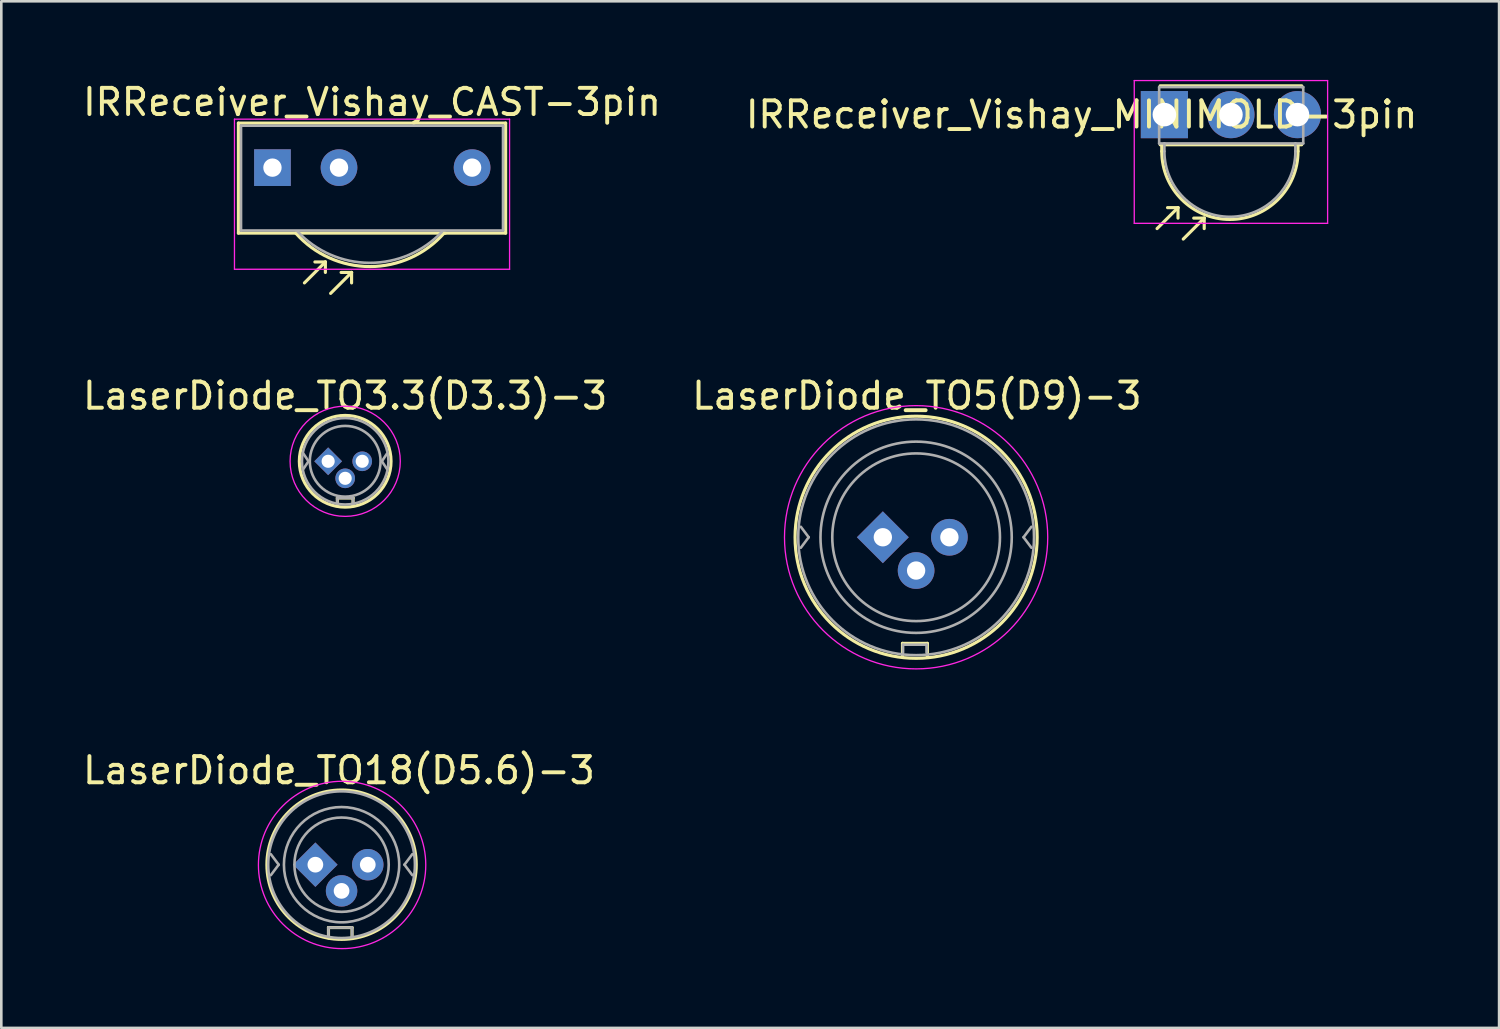
<source format=kicad_pcb>
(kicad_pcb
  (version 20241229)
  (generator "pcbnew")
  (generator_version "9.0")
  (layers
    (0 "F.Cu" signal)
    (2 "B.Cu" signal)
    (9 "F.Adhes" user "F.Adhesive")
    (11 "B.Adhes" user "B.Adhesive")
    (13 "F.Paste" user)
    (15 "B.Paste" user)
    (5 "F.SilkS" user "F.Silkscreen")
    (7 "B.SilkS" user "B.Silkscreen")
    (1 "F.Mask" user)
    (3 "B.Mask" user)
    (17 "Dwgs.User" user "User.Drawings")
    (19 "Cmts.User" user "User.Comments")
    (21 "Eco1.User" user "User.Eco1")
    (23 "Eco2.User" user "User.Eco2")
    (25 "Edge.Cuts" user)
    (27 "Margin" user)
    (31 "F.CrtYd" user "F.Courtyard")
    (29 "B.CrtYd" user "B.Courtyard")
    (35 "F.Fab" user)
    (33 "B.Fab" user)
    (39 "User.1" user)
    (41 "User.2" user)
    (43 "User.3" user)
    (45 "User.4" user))
  (footprint "IRReceiver_Vishay_MINIMOLD-3pin"
    (layer "F.Cu")
    (at 41.392 1.325)
    (property "Reference" "IRReceiver_Vishay_MINIMOLD-3pin" (at -3.16 0 180) (layer "F.SilkS") (effects (font (size 1 1) (thickness 0.15))))
    (attr through_hole)
    (fp_line (start -0.1 1.4) (end -0.1 1.2) (stroke (width 0.12) (type solid)) (layer "F.SilkS"))
    (fp_line (start 0.52 3.55) (end -0.28 4.35) (stroke (width 0.12) (type solid)) (layer "F.SilkS"))
    (fp_line (start 0.52 3.55) (end 0.12 3.55) (stroke (width 0.12) (type solid)) (layer "F.SilkS"))
    (fp_line (start 0.52 3.55) (end 0.52 3.95) (stroke (width 0.12) (type solid)) (layer "F.SilkS"))
    (fp_line (start 1.52 3.95) (end 0.72 4.75) (stroke (width 0.12) (type solid)) (layer "F.SilkS"))
    (fp_line (start 1.52 3.95) (end 1.12 3.95) (stroke (width 0.12) (type solid)) (layer "F.SilkS"))
    (fp_line (start 1.52 3.95) (end 1.52 4.35) (stroke (width 0.12) (type solid)) (layer "F.SilkS"))
    (fp_line (start 5.1 1.4) (end 5.1 1.2) (stroke (width 0.12) (type solid)) (layer "F.SilkS"))
    (fp_line (start 5.24 -1.1) (end -0.16 -1.1) (stroke (width 0.12) (type solid)) (layer "F.SilkS"))
    (fp_line (start 5.24 1.15) (end -0.16 1.15) (stroke (width 0.12) (type solid)) (layer "F.SilkS"))
    (fp_arc (start 5.1 1.4) (mid 2.5 4) (end -0.1 1.4) (stroke (width 0.12) (type solid)) (layer "F.SilkS"))
    (fp_line (start -1.15 -1.3) (end -1.15 4.15) (stroke (width 0.05) (type solid)) (layer "F.CrtYd"))
    (fp_line (start -1.15 -1.3) (end 6.23 -1.3) (stroke (width 0.05) (type solid)) (layer "F.CrtYd"))
    (fp_line (start 6.23 4.15) (end -1.15 4.15) (stroke (width 0.05) (type solid)) (layer "F.CrtYd"))
    (fp_line (start 6.23 4.15) (end 6.23 -1.3) (stroke (width 0.05) (type solid)) (layer "F.CrtYd"))
    (fp_line (start -0.2 -1.05) (end 5.25 -1.05) (stroke (width 0.1) (type solid)) (layer "F.Fab"))
    (fp_line (start -0.2 1.1) (end -0.2 -1.05) (stroke (width 0.1) (type solid)) (layer "F.Fab"))
    (fp_line (start 0 1.1) (end -0.2 1.1) (stroke (width 0.1) (type solid)) (layer "F.Fab"))
    (fp_line (start 0 1.15) (end 0 1.1) (stroke (width 0.1) (type solid)) (layer "F.Fab"))
    (fp_line (start 0 1.4) (end 0 1.15) (stroke (width 0.1) (type solid)) (layer "F.Fab"))
    (fp_line (start 5 1.1) (end 0 1.1) (stroke (width 0.1) (type solid)) (layer "F.Fab"))
    (fp_line (start 5 1.1) (end 5 1.4) (stroke (width 0.1) (type solid)) (layer "F.Fab"))
    (fp_line (start 5.25 -1.05) (end 5.3 -1.05) (stroke (width 0.1) (type solid)) (layer "F.Fab"))
    (fp_line (start 5.3 -1.05) (end 5.3 1.1) (stroke (width 0.1) (type solid)) (layer "F.Fab"))
    (fp_line (start 5.3 1.1) (end 5 1.1) (stroke (width 0.1) (type solid)) (layer "F.Fab"))
    (fp_arc (start 5 1.4) (mid 2.5 3.9) (end 0 1.4) (stroke (width 0.1) (type solid)) (layer "F.Fab"))
    (pad "1" thru_hole rect (at 0 0) (size 1.8 1.8) (drill 0.9) (layers "*.Cu" "*.Mask"))
    (pad "2" thru_hole circle (at 2.54 0) (size 1.8 1.8) (drill 0.9) (layers "*.Cu" "*.Mask"))
    (pad "3" thru_hole circle (at 5.08 0) (size 1.8 1.8) (drill 0.9) (layers "*.Cu" "*.Mask")))
  (footprint "LaserDiode_TO3.3(D3.3)-3"
    (layer "F.Cu")
    (at 9.475 14.556)
    (property "Reference" "LaserDiode_TO3.3(D3.3)-3" (at 0.65 -2.5 0) (layer "F.SilkS") (effects (font (size 1 1) (thickness 0.15))))
    (attr through_hole)
    (fp_line (start 0.35 1.4) (end 0.35 1.7) (stroke (width 0.12) (type solid)) (layer "F.SilkS"))
    (fp_line (start 0.95 1.4) (end 0.35 1.4) (stroke (width 0.12) (type solid)) (layer "F.SilkS"))
    (fp_line (start 0.95 1.7) (end 0.95 1.4) (stroke (width 0.12) (type solid)) (layer "F.SilkS"))
    (fp_circle (center 0.65 0) (end -1.1 0) (stroke (width 0.12) (type solid)) (fill no) (layer "F.SilkS"))
    (fp_circle (center 0.65 0) (end 2.5 1) (stroke (width 0.05) (type solid)) (fill no) (layer "F.CrtYd"))
    (fp_line (start -0.95 -0.3) (end -0.75 0) (stroke (width 0.1) (type solid)) (layer "F.Fab"))
    (fp_line (start -0.75 0) (end -0.95 0.3) (stroke (width 0.1) (type solid)) (layer "F.Fab"))
    (fp_line (start 0.35 1.4) (end 0.95 1.4) (stroke (width 0.1) (type solid)) (layer "F.Fab"))
    (fp_line (start 0.35 1.6) (end 0.35 1.4) (stroke (width 0.1) (type solid)) (layer "F.Fab"))
    (fp_line (start 0.95 1.4) (end 0.95 1.6) (stroke (width 0.1) (type solid)) (layer "F.Fab"))
    (fp_line (start 2.05 0) (end 2.25 0.3) (stroke (width 0.1) (type solid)) (layer "F.Fab"))
    (fp_line (start 2.25 -0.3) (end 2.05 0) (stroke (width 0.1) (type solid)) (layer "F.Fab"))
    (fp_circle (center 0.65 0) (end -1 0) (stroke (width 0.1) (type solid)) (fill no) (layer "F.Fab"))
    (fp_circle (center 0.65 0) (end 2 0) (stroke (width 0.1) (type solid)) (fill no) (layer "F.Fab"))
    (pad "1" thru_hole rect (at 0 0 45) (size 0.75 0.75) (drill 0.5) (layers "*.Cu" "*.Mask"))
    (pad "2" thru_hole circle (at 0.65 0.65) (size 0.75 0.75) (drill 0.5) (layers "*.Cu" "*.Mask"))
    (pad "3" thru_hole circle (at 1.3 0) (size 0.75 0.75) (drill 0.5) (layers "*.Cu" "*.Mask")))
  (footprint "LaserDiode_TO18(D5.6)-3"
    (layer "F.Cu")
    (at 8.987 29.953)
    (property "Reference" "LaserDiode_TO18(D5.6)-3" (at 0.9 -3.6 0) (layer "F.SilkS") (effects (font (size 1 1) (thickness 0.15))))
    (attr through_hole)
    (fp_line (start 0.5 2.4) (end 1.4 2.4) (stroke (width 0.12) (type solid)) (layer "F.SilkS"))
    (fp_line (start 0.5 2.8) (end 0.5 2.4) (stroke (width 0.12) (type solid)) (layer "F.SilkS"))
    (fp_line (start 1.4 2.4) (end 1.4 2.8) (stroke (width 0.12) (type solid)) (layer "F.SilkS"))
    (fp_circle (center 1 0) (end -1.85 0) (stroke (width 0.12) (type solid)) (fill no) (layer "F.SilkS"))
    (fp_circle (center 1.02 0.01) (end 3.85 1.49) (stroke (width 0.05) (type solid)) (fill no) (layer "F.CrtYd"))
    (fp_line (start -1.4 0) (end -1.7 -0.4) (stroke (width 0.1) (type solid)) (layer "F.Fab"))
    (fp_line (start -1.4 0) (end -1.7 0.4) (stroke (width 0.1) (type solid)) (layer "F.Fab"))
    (fp_line (start 0.5 2.4) (end 1.4 2.4) (stroke (width 0.1) (type solid)) (layer "F.Fab"))
    (fp_line (start 0.5 2.7) (end 0.5 2.4) (stroke (width 0.1) (type solid)) (layer "F.Fab"))
    (fp_line (start 1.4 2.4) (end 1.4 2.7) (stroke (width 0.1) (type solid)) (layer "F.Fab"))
    (fp_line (start 3.4 0) (end 3.7 0.4) (stroke (width 0.1) (type solid)) (layer "F.Fab"))
    (fp_line (start 3.7 -0.4) (end 3.4 0) (stroke (width 0.1) (type solid)) (layer "F.Fab"))
    (fp_circle (center 1 0) (end -1.8 0) (stroke (width 0.1) (type solid)) (fill no) (layer "F.Fab"))
    (fp_circle (center 1 0) (end 2.8 0) (stroke (width 0.1) (type solid)) (fill no) (layer "F.Fab"))
    (fp_circle (center 1 0) (end 3.2 0) (stroke (width 0.1) (type solid)) (fill no) (layer "F.Fab"))
    (pad "1" thru_hole rect (at 0 0 45) (size 1.2 1.2) (drill 0.6) (layers "*.Cu" "*.Mask"))
    (pad "2" thru_hole circle (at 1 1) (size 1.2 1.2) (drill 0.6) (layers "*.Cu" "*.Mask"))
    (pad "3" thru_hole circle (at 2 0) (size 1.2 1.2) (drill 0.6) (layers "*.Cu" "*.Mask")))
  (footprint "LaserDiode_TO5(D9)-3"
    (layer "F.Cu")
    (at 30.646 17.456)
    (property "Reference" "LaserDiode_TO5(D9)-3" (at 1.3 -5.4 0) (layer "F.SilkS") (effects (font (size 1 1) (thickness 0.15))))
    (attr through_hole)
    (fp_line (start 0.75 4.05) (end 1.7 4.05) (stroke (width 0.12) (type solid)) (layer "F.SilkS"))
    (fp_line (start 0.75 4.55) (end 0.75 4.05) (stroke (width 0.12) (type solid)) (layer "F.SilkS"))
    (fp_line (start 1.7 4.05) (end 1.7 4.55) (stroke (width 0.12) (type solid)) (layer "F.SilkS"))
    (fp_circle (center 1.27 0) (end -3.35 0) (stroke (width 0.12) (type solid)) (fill no) (layer "F.SilkS"))
    (fp_circle (center 1.27 0) (end 5.4 2.86) (stroke (width 0.05) (type solid)) (fill no) (layer "F.CrtYd"))
    (fp_line (start -2.83 0) (end -3.13 -0.4) (stroke (width 0.1) (type solid)) (layer "F.Fab"))
    (fp_line (start -2.83 0) (end -3.13 0.4) (stroke (width 0.1) (type solid)) (layer "F.Fab"))
    (fp_line (start 0.77 4.1) (end 1.67 4.1) (stroke (width 0.1) (type solid)) (layer "F.Fab"))
    (fp_line (start 0.77 4.4) (end 0.77 4.1) (stroke (width 0.1) (type solid)) (layer "F.Fab"))
    (fp_line (start 1.67 4.1) (end 1.67 4.4) (stroke (width 0.1) (type solid)) (layer "F.Fab"))
    (fp_line (start 5.37 0) (end 5.67 0.4) (stroke (width 0.1) (type solid)) (layer "F.Fab"))
    (fp_line (start 5.67 -0.4) (end 5.37 0) (stroke (width 0.1) (type solid)) (layer "F.Fab"))
    (fp_circle (center 1.27 0) (end -3.23 0) (stroke (width 0.1) (type solid)) (fill no) (layer "F.Fab"))
    (fp_circle (center 1.27 0) (end 4.47 0) (stroke (width 0.1) (type solid)) (fill no) (layer "F.Fab"))
    (fp_circle (center 1.27 0) (end 4.92 0) (stroke (width 0.1) (type solid)) (fill no) (layer "F.Fab"))
    (pad "1" thru_hole rect (at 0 0 45) (size 1.4 1.4) (drill 0.7) (layers "*.Cu" "*.Mask"))
    (pad "2" thru_hole circle (at 1.27 1.27) (size 1.4 1.4) (drill 0.7) (layers "*.Cu" "*.Mask"))
    (pad "3" thru_hole circle (at 2.54 0) (size 1.4 1.4) (drill 0.7) (layers "*.Cu" "*.Mask")))
  (footprint "IRReceiver_Vishay_CAST-3pin"
    (layer "F.Cu")
    (at 7.349 3.348)
    (property "Reference" "IRReceiver_Vishay_CAST-3pin" (at 3.8 -2.5 0) (layer "F.SilkS") (effects (font (size 1 1) (thickness 0.15))))
    (attr through_hole)
    (fp_line (start -1.3 -1.7) (end -1.3 2.5) (stroke (width 0.12) (type solid)) (layer "F.SilkS"))
    (fp_line (start -1.3 2.5) (end 0.9 2.5) (stroke (width 0.12) (type solid)) (layer "F.SilkS"))
    (fp_line (start 0.9 2.5) (end 6.6 2.5) (stroke (width 0.12) (type solid)) (layer "F.SilkS"))
    (fp_line (start 2.02 3.6) (end 1.22 4.4) (stroke (width 0.12) (type solid)) (layer "F.SilkS"))
    (fp_line (start 2.02 3.6) (end 1.62 3.6) (stroke (width 0.12) (type solid)) (layer "F.SilkS"))
    (fp_line (start 2.02 3.6) (end 2.02 4) (stroke (width 0.12) (type solid)) (layer "F.SilkS"))
    (fp_line (start 3.02 4) (end 2.22 4.8) (stroke (width 0.12) (type solid)) (layer "F.SilkS"))
    (fp_line (start 3.02 4) (end 2.62 4) (stroke (width 0.12) (type solid)) (layer "F.SilkS"))
    (fp_line (start 3.02 4) (end 3.02 4.4) (stroke (width 0.12) (type solid)) (layer "F.SilkS"))
    (fp_line (start 6.5 2.5) (end 8.9 2.5) (stroke (width 0.12) (type solid)) (layer "F.SilkS"))
    (fp_line (start 8.9 -1.7) (end -1.3 -1.7) (stroke (width 0.12) (type solid)) (layer "F.SilkS"))
    (fp_line (start 8.9 2.5) (end 8.9 -1.7) (stroke (width 0.12) (type solid)) (layer "F.SilkS"))
    (fp_arc (start 6.55 2.5) (mid 3.722825 3.776095) (end 0.893744 2.504232) (stroke (width 0.12) (type solid)) (layer "F.SilkS"))
    (fp_line (start -1.45 -1.85) (end -1.45 3.88) (stroke (width 0.05) (type solid)) (layer "F.CrtYd"))
    (fp_line (start -1.45 -1.85) (end 9.05 -1.85) (stroke (width 0.05) (type solid)) (layer "F.CrtYd"))
    (fp_line (start 9.05 3.88) (end -1.45 3.88) (stroke (width 0.05) (type solid)) (layer "F.CrtYd"))
    (fp_line (start 9.05 3.88) (end 9.05 -1.85) (stroke (width 0.05) (type solid)) (layer "F.CrtYd"))
    (fp_line (start -1.2 -1.6) (end 8.8 -1.6) (stroke (width 0.1) (type solid)) (layer "F.Fab"))
    (fp_line (start -1.2 2.4) (end -1.2 -1.6) (stroke (width 0.1) (type solid)) (layer "F.Fab"))
    (fp_line (start 8.8 -1.6) (end 8.8 2.4) (stroke (width 0.1) (type solid)) (layer "F.Fab"))
    (fp_line (start 8.8 2.4) (end -1.2 2.4) (stroke (width 0.1) (type solid)) (layer "F.Fab"))
    (fp_arc (start 6.47 2.45) (mid 3.710489 3.634496) (end 0.956966 2.436144) (stroke (width 0.1) (type solid)) (layer "F.Fab"))
    (pad "1" thru_hole rect (at 0 0) (size 1.4 1.4) (drill 0.7) (layers "*.Cu" "*.Mask"))
    (pad "2" thru_hole circle (at 2.54 0) (size 1.4 1.4) (drill 0.7) (layers "*.Cu" "*.Mask"))
    (pad "3" thru_hole circle (at 7.62 0) (size 1.4 1.4) (drill 0.7) (layers "*.Cu" "*.Mask")))
  (gr_rect
    (start -3 -3)
    (end 54.167 36.182)
    (stroke (width 0.1) (type default))
    (fill no)
    (layer "Edge.Cuts")))
</source>
